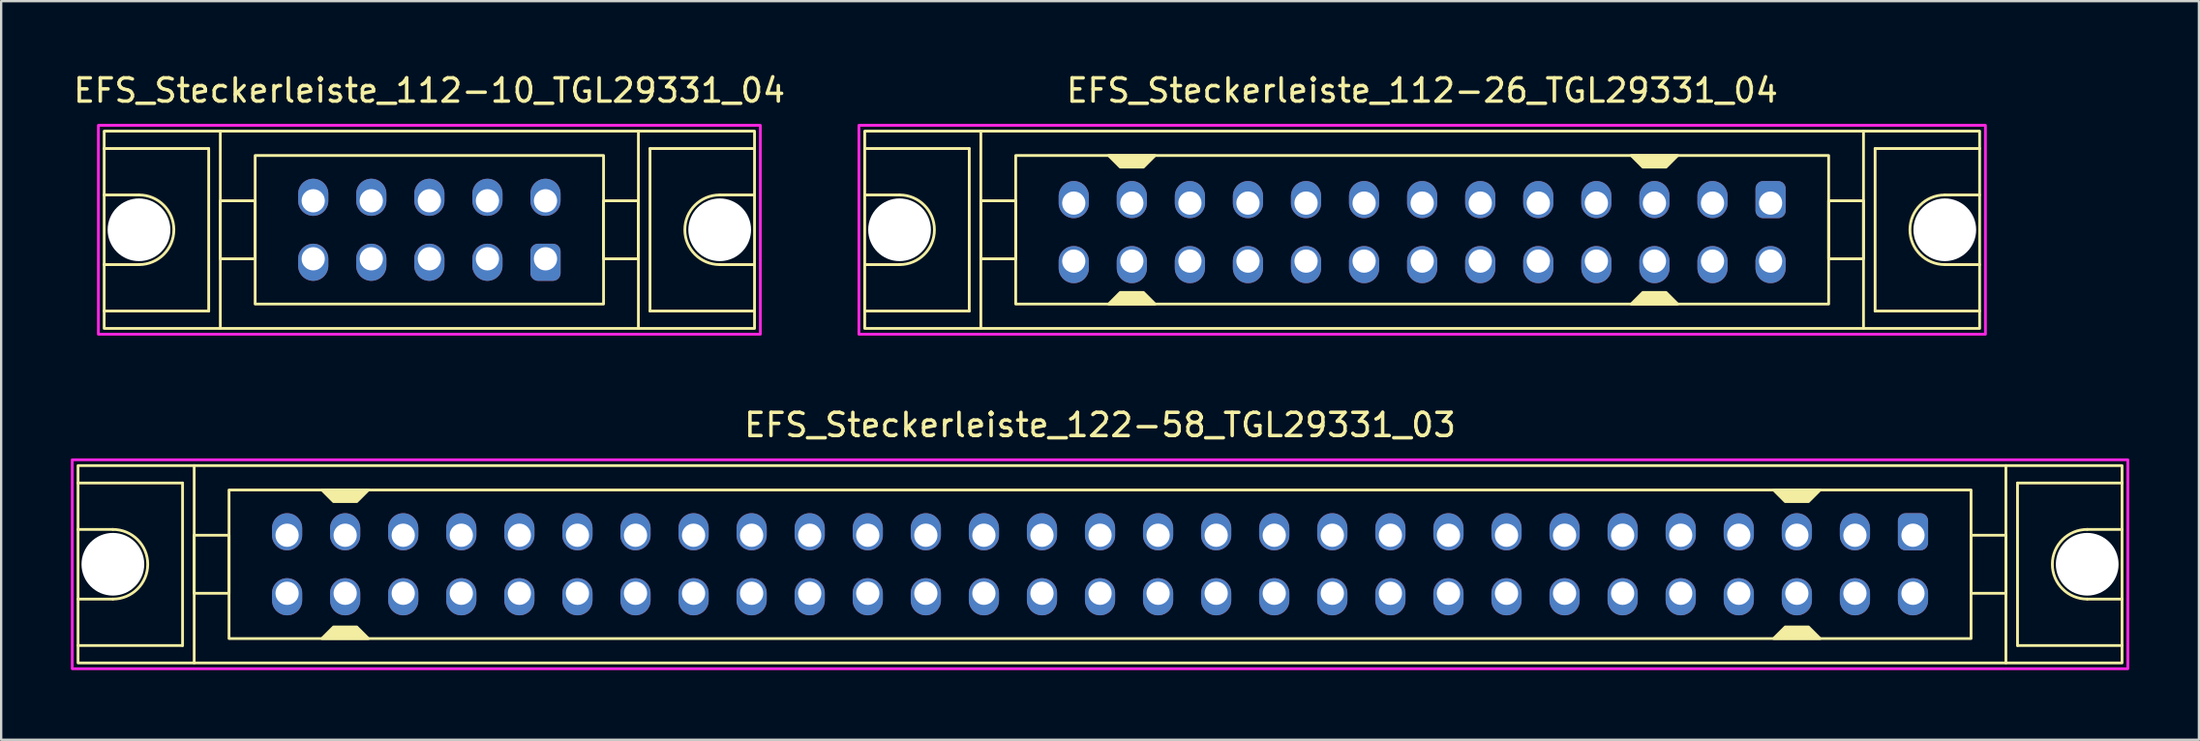
<source format=kicad_pcb>
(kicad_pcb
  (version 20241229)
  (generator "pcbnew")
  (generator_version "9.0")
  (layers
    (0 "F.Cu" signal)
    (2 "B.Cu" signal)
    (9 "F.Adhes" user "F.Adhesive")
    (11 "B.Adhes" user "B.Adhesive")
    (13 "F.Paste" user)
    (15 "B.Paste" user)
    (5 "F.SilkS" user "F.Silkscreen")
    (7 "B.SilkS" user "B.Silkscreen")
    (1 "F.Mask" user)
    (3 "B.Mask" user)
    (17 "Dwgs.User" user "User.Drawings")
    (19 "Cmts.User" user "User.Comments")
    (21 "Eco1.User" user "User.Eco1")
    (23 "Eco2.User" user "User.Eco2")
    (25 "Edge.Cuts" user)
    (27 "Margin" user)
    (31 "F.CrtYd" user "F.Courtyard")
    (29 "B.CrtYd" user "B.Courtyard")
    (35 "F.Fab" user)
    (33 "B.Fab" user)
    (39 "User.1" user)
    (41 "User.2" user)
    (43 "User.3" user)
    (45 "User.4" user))
  (footprint "EFS_Steckerleiste_112-10_TGL29331_04"
    (layer "F.Cu")
    (at 15.435 6.848)
    (property "Reference" "EFS_Steckerleiste_112-10_TGL29331_04" (at 0 -6 180) (layer "F.SilkS") (effects (font (size 1 1) (thickness 0.15))))
    (attr through_hole)
    (fp_line (start -14 -3.5) (end -9.5 -3.5) (stroke (width 0.12) (type solid)) (layer "F.SilkS"))
    (fp_line (start -12.5 -1.5) (end -14 -1.5) (stroke (width 0.12) (type solid)) (layer "F.SilkS"))
    (fp_line (start -12.5 1.5) (end -14 1.5) (stroke (width 0.12) (type solid)) (layer "F.SilkS"))
    (fp_line (start -9.5 -3.5) (end -9.5 3.5) (stroke (width 0.12) (type solid)) (layer "F.SilkS"))
    (fp_line (start -9.5 3.5) (end -14 3.5) (stroke (width 0.12) (type solid)) (layer "F.SilkS"))
    (fp_line (start -9 4.25) (end -9 -4.25) (stroke (width 0.12) (type solid)) (layer "F.SilkS"))
    (fp_line (start 9 4.25) (end 9 -4.25) (stroke (width 0.12) (type solid)) (layer "F.SilkS"))
    (fp_line (start 9.5 -3.5) (end 9.5 3.5) (stroke (width 0.12) (type solid)) (layer "F.SilkS"))
    (fp_line (start 9.5 3.5) (end 14 3.5) (stroke (width 0.12) (type solid)) (layer "F.SilkS"))
    (fp_line (start 12.5 -1.5) (end 14 -1.5) (stroke (width 0.12) (type solid)) (layer "F.SilkS"))
    (fp_line (start 12.5 1.5) (end 14 1.5) (stroke (width 0.12) (type solid)) (layer "F.SilkS"))
    (fp_line (start 14 -3.5) (end 9.5 -3.5) (stroke (width 0.12) (type solid)) (layer "F.SilkS"))
    (fp_rect (start -14 -4.25) (end 14 4.25) (stroke (width 0.12) (type solid)) (fill no) (layer "F.SilkS"))
    (fp_rect (start -7.5 -3.2) (end 7.5 3.2) (stroke (width 0.12) (type solid)) (fill no) (layer "F.SilkS"))
    (fp_rect (start -7.5 -1.25) (end -9 1.25) (stroke (width 0.12) (type solid)) (fill no) (layer "F.SilkS"))
    (fp_rect (start 9 -1.25) (end 7.5 1.25) (stroke (width 0.12) (type solid)) (fill no) (layer "F.SilkS"))
    (fp_arc (start -12.5 -1.5) (mid -11 0) (end -12.5 1.5) (stroke (width 0.12) (type solid)) (layer "F.SilkS"))
    (fp_arc (start 12.5 1.5) (mid 11 0) (end 12.5 -1.5) (stroke (width 0.12) (type solid)) (layer "F.SilkS"))
    (fp_rect (start -14.25 -4.5) (end 14.25 4.5) (stroke (width 0.12) (type solid)) (fill no) (layer "F.CrtYd"))
    (pad "" np_thru_hole circle (at -12.5 0) (size 2.7 2.7) (drill 2.7) (layers "*.Cu" "*.Mask"))
    (pad "" np_thru_hole circle (at 12.5 0) (size 2.7 2.7) (drill 2.7) (layers "*.Cu" "*.Mask"))
    (pad "1a" thru_hole roundrect (at 5 1.25 180) (size 1.3 1.6) (drill 1 (offset 0 -0.15)) (layers "*.Cu" "*.Mask") (roundrect_rratio 0.25))
    (pad "1b" thru_hole oval (at 5 -1.25 180) (size 1.3 1.6) (drill 1 (offset 0 0.15)) (layers "*.Cu" "*.Mask"))
    (pad "2a" thru_hole oval (at 2.5 1.25 180) (size 1.3 1.6) (drill 1 (offset 0 -0.15)) (layers "*.Cu" "*.Mask"))
    (pad "2b" thru_hole oval (at 2.5 -1.25 180) (size 1.3 1.6) (drill 1 (offset 0 0.15)) (layers "*.Cu" "*.Mask"))
    (pad "3a" thru_hole oval (at 0 1.25 180) (size 1.3 1.6) (drill 1 (offset 0 -0.15)) (layers "*.Cu" "*.Mask"))
    (pad "3b" thru_hole oval (at 0 -1.25 180) (size 1.3 1.6) (drill 1 (offset 0 0.15)) (layers "*.Cu" "*.Mask"))
    (pad "4a" thru_hole oval (at -2.5 1.25 180) (size 1.3 1.6) (drill 1 (offset 0 -0.15)) (layers "*.Cu" "*.Mask"))
    (pad "4b" thru_hole oval (at -2.5 -1.25 180) (size 1.3 1.6) (drill 1 (offset 0 0.15)) (layers "*.Cu" "*.Mask"))
    (pad "5a" thru_hole oval (at -5 1.25 180) (size 1.3 1.6) (drill 1 (offset 0 -0.15)) (layers "*.Cu" "*.Mask"))
    (pad "5b" thru_hole oval (at -5 -1.25 180) (size 1.3 1.6) (drill 1 (offset 0 0.15)) (layers "*.Cu" "*.Mask")))
  (footprint "EFS_Steckerleiste_122-58_TGL29331_03"
    (layer "F.Cu")
    (at 44.31 21.256)
    (property "Reference" "EFS_Steckerleiste_122-58_TGL29331_03" (at 0 -6 180) (layer "F.SilkS") (effects (font (size 1 1) (thickness 0.15))))
    (attr through_hole)
    (fp_line (start -44 -3.5) (end -39.5 -3.5) (stroke (width 0.12) (type solid)) (layer "F.SilkS"))
    (fp_line (start -42.5 -1.5) (end -44 -1.5) (stroke (width 0.12) (type solid)) (layer "F.SilkS"))
    (fp_line (start -42.5 1.5) (end -44 1.5) (stroke (width 0.12) (type solid)) (layer "F.SilkS"))
    (fp_line (start -39.5 -3.5) (end -39.5 3.5) (stroke (width 0.12) (type solid)) (layer "F.SilkS"))
    (fp_line (start -39.5 3.5) (end -44 3.5) (stroke (width 0.12) (type solid)) (layer "F.SilkS"))
    (fp_line (start -39 4.25) (end -39 -4.25) (stroke (width 0.12) (type solid)) (layer "F.SilkS"))
    (fp_line (start 39 4.25) (end 39 -4.25) (stroke (width 0.12) (type solid)) (layer "F.SilkS"))
    (fp_line (start 39.5 -3.5) (end 39.5 3.5) (stroke (width 0.12) (type solid)) (layer "F.SilkS"))
    (fp_line (start 39.5 3.5) (end 44 3.5) (stroke (width 0.12) (type solid)) (layer "F.SilkS"))
    (fp_line (start 42.5 -1.5) (end 44 -1.5) (stroke (width 0.12) (type solid)) (layer "F.SilkS"))
    (fp_line (start 42.5 1.5) (end 44 1.5) (stroke (width 0.12) (type solid)) (layer "F.SilkS"))
    (fp_line (start 44 -3.5) (end 39.5 -3.5) (stroke (width 0.12) (type solid)) (layer "F.SilkS"))
    (fp_rect (start -44 -4.25) (end 44 4.25) (stroke (width 0.12) (type solid)) (fill no) (layer "F.SilkS"))
    (fp_rect (start -37.5 -3.2) (end 37.5 3.2) (stroke (width 0.12) (type solid)) (fill no) (layer "F.SilkS"))
    (fp_rect (start -37.5 -1.25) (end -39 1.25) (stroke (width 0.12) (type solid)) (fill no) (layer "F.SilkS"))
    (fp_rect (start 39 -1.25) (end 37.5 1.25) (stroke (width 0.12) (type solid)) (fill no) (layer "F.SilkS"))
    (fp_arc (start -42.5 -1.5) (mid -41 0) (end -42.5 1.5) (stroke (width 0.12) (type solid)) (layer "F.SilkS"))
    (fp_arc (start 42.5 1.5) (mid 41 0) (end 42.5 -1.5) (stroke (width 0.12) (type solid)) (layer "F.SilkS"))
    (fp_poly (pts (xy -33 2.7) (xy -32 2.7) (xy -31.5 3.2) (xy -33.5 3.2)) (stroke (width 0.12) (type solid)) (fill yes) (layer "F.SilkS"))
    (fp_poly (pts (xy -32 -2.7) (xy -33 -2.7) (xy -33.5 -3.2) (xy -31.5 -3.2)) (stroke (width 0.12) (type solid)) (fill yes) (layer "F.SilkS"))
    (fp_poly (pts (xy 29.5 2.7) (xy 30.5 2.7) (xy 31 3.2) (xy 29 3.2)) (stroke (width 0.12) (type solid)) (fill yes) (layer "F.SilkS"))
    (fp_poly (pts (xy 30.5 -2.7) (xy 29.5 -2.7) (xy 29 -3.2) (xy 31 -3.2)) (stroke (width 0.12) (type solid)) (fill yes) (layer "F.SilkS"))
    (fp_rect (start -44.25 -4.5) (end 44.25 4.5) (stroke (width 0.12) (type solid)) (fill no) (layer "F.CrtYd"))
    (pad "" np_thru_hole circle (at -42.5 0) (size 2.7 2.7) (drill 2.7) (layers "*.Cu" "*.Mask"))
    (pad "" np_thru_hole circle (at 42.5 0) (size 2.7 2.7) (drill 2.7) (layers "*.Cu" "*.Mask"))
    (pad "1a" thru_hole roundrect (at 35 -1.25) (size 1.3 1.6) (drill 1 (offset 0 -0.15)) (layers "*.Cu" "*.Mask") (roundrect_rratio 0.25))
    (pad "1b" thru_hole oval (at 35 1.25) (size 1.3 1.6) (drill 1 (offset 0 0.15)) (layers "*.Cu" "*.Mask"))
    (pad "2a" thru_hole oval (at 32.5 -1.25) (size 1.3 1.6) (drill 1 (offset 0 -0.15)) (layers "*.Cu" "*.Mask"))
    (pad "2b" thru_hole oval (at 32.5 1.25) (size 1.3 1.6) (drill 1 (offset 0 0.15)) (layers "*.Cu" "*.Mask"))
    (pad "3a" thru_hole oval (at 30 -1.25) (size 1.3 1.6) (drill 1 (offset 0 -0.15)) (layers "*.Cu" "*.Mask"))
    (pad "3b" thru_hole oval (at 30 1.25) (size 1.3 1.6) (drill 1 (offset 0 0.15)) (layers "*.Cu" "*.Mask"))
    (pad "4a" thru_hole oval (at 27.5 -1.25) (size 1.3 1.6) (drill 1 (offset 0 -0.15)) (layers "*.Cu" "*.Mask"))
    (pad "4b" thru_hole oval (at 27.5 1.25) (size 1.3 1.6) (drill 1 (offset 0 0.15)) (layers "*.Cu" "*.Mask"))
    (pad "5a" thru_hole oval (at 25 -1.25) (size 1.3 1.6) (drill 1 (offset 0 -0.15)) (layers "*.Cu" "*.Mask"))
    (pad "5b" thru_hole oval (at 25 1.25) (size 1.3 1.6) (drill 1 (offset 0 0.15)) (layers "*.Cu" "*.Mask"))
    (pad "6a" thru_hole oval (at 22.5 -1.25) (size 1.3 1.6) (drill 1 (offset 0 -0.15)) (layers "*.Cu" "*.Mask"))
    (pad "6b" thru_hole oval (at 22.5 1.25) (size 1.3 1.6) (drill 1 (offset 0 0.15)) (layers "*.Cu" "*.Mask"))
    (pad "7a" thru_hole oval (at 20 -1.25) (size 1.3 1.6) (drill 1 (offset 0 -0.15)) (layers "*.Cu" "*.Mask"))
    (pad "7b" thru_hole oval (at 20 1.25) (size 1.3 1.6) (drill 1 (offset 0 0.15)) (layers "*.Cu" "*.Mask"))
    (pad "8a" thru_hole oval (at 17.5 -1.25) (size 1.3 1.6) (drill 1 (offset 0 -0.15)) (layers "*.Cu" "*.Mask"))
    (pad "8b" thru_hole oval (at 17.5 1.25) (size 1.3 1.6) (drill 1 (offset 0 0.15)) (layers "*.Cu" "*.Mask"))
    (pad "9a" thru_hole oval (at 15 -1.25) (size 1.3 1.6) (drill 1 (offset 0 -0.15)) (layers "*.Cu" "*.Mask"))
    (pad "9b" thru_hole oval (at 15 1.25) (size 1.3 1.6) (drill 1 (offset 0 0.15)) (layers "*.Cu" "*.Mask"))
    (pad "10a" thru_hole oval (at 12.5 -1.25) (size 1.3 1.6) (drill 1 (offset 0 -0.15)) (layers "*.Cu" "*.Mask"))
    (pad "10b" thru_hole oval (at 12.5 1.25) (size 1.3 1.6) (drill 1 (offset 0 0.15)) (layers "*.Cu" "*.Mask"))
    (pad "11a" thru_hole oval (at 10 -1.25) (size 1.3 1.6) (drill 1 (offset 0 -0.15)) (layers "*.Cu" "*.Mask"))
    (pad "11b" thru_hole oval (at 10 1.25) (size 1.3 1.6) (drill 1 (offset 0 0.15)) (layers "*.Cu" "*.Mask"))
    (pad "12a" thru_hole oval (at 7.5 -1.25) (size 1.3 1.6) (drill 1 (offset 0 -0.15)) (layers "*.Cu" "*.Mask"))
    (pad "12b" thru_hole oval (at 7.5 1.25) (size 1.3 1.6) (drill 1 (offset 0 0.15)) (layers "*.Cu" "*.Mask"))
    (pad "13a" thru_hole oval (at 5 -1.25) (size 1.3 1.6) (drill 1 (offset 0 -0.15)) (layers "*.Cu" "*.Mask"))
    (pad "13b" thru_hole oval (at 5 1.25) (size 1.3 1.6) (drill 1 (offset 0 0.15)) (layers "*.Cu" "*.Mask"))
    (pad "14a" thru_hole oval (at 2.5 -1.25) (size 1.3 1.6) (drill 1 (offset 0 -0.15)) (layers "*.Cu" "*.Mask"))
    (pad "14b" thru_hole oval (at 2.5 1.25) (size 1.3 1.6) (drill 1 (offset 0 0.15)) (layers "*.Cu" "*.Mask"))
    (pad "15a" thru_hole oval (at 0 -1.25) (size 1.3 1.6) (drill 1 (offset 0 -0.15)) (layers "*.Cu" "*.Mask"))
    (pad "15b" thru_hole oval (at 0 1.25) (size 1.3 1.6) (drill 1 (offset 0 0.15)) (layers "*.Cu" "*.Mask"))
    (pad "16a" thru_hole oval (at -2.5 -1.25) (size 1.3 1.6) (drill 1 (offset 0 -0.15)) (layers "*.Cu" "*.Mask"))
    (pad "16b" thru_hole oval (at -2.5 1.25) (size 1.3 1.6) (drill 1 (offset 0 0.15)) (layers "*.Cu" "*.Mask"))
    (pad "17a" thru_hole oval (at -5 -1.25) (size 1.3 1.6) (drill 1 (offset 0 -0.15)) (layers "*.Cu" "*.Mask"))
    (pad "17b" thru_hole oval (at -5 1.25) (size 1.3 1.6) (drill 1 (offset 0 0.15)) (layers "*.Cu" "*.Mask"))
    (pad "18a" thru_hole oval (at -7.5 -1.25) (size 1.3 1.6) (drill 1 (offset 0 -0.15)) (layers "*.Cu" "*.Mask"))
    (pad "18b" thru_hole oval (at -7.5 1.25) (size 1.3 1.6) (drill 1 (offset 0 0.15)) (layers "*.Cu" "*.Mask"))
    (pad "19a" thru_hole oval (at -10 -1.25) (size 1.3 1.6) (drill 1 (offset 0 -0.15)) (layers "*.Cu" "*.Mask"))
    (pad "19b" thru_hole oval (at -10 1.25) (size 1.3 1.6) (drill 1 (offset 0 0.15)) (layers "*.Cu" "*.Mask"))
    (pad "20a" thru_hole oval (at -12.5 -1.25) (size 1.3 1.6) (drill 1 (offset 0 -0.15)) (layers "*.Cu" "*.Mask"))
    (pad "20b" thru_hole oval (at -12.5 1.25) (size 1.3 1.6) (drill 1 (offset 0 0.15)) (layers "*.Cu" "*.Mask"))
    (pad "21a" thru_hole oval (at -15 -1.25) (size 1.3 1.6) (drill 1 (offset 0 -0.15)) (layers "*.Cu" "*.Mask"))
    (pad "21b" thru_hole oval (at -15 1.25) (size 1.3 1.6) (drill 1 (offset 0 0.15)) (layers "*.Cu" "*.Mask"))
    (pad "22a" thru_hole oval (at -17.5 -1.25) (size 1.3 1.6) (drill 1 (offset 0 -0.15)) (layers "*.Cu" "*.Mask"))
    (pad "22b" thru_hole oval (at -17.5 1.25) (size 1.3 1.6) (drill 1 (offset 0 0.15)) (layers "*.Cu" "*.Mask"))
    (pad "23a" thru_hole oval (at -20 -1.25) (size 1.3 1.6) (drill 1 (offset 0 -0.15)) (layers "*.Cu" "*.Mask"))
    (pad "23b" thru_hole oval (at -20 1.25) (size 1.3 1.6) (drill 1 (offset 0 0.15)) (layers "*.Cu" "*.Mask"))
    (pad "24a" thru_hole oval (at -22.5 -1.25) (size 1.3 1.6) (drill 1 (offset 0 -0.15)) (layers "*.Cu" "*.Mask"))
    (pad "24b" thru_hole oval (at -22.5 1.25) (size 1.3 1.6) (drill 1 (offset 0 0.15)) (layers "*.Cu" "*.Mask"))
    (pad "25a" thru_hole oval (at -25 -1.25) (size 1.3 1.6) (drill 1 (offset 0 -0.15)) (layers "*.Cu" "*.Mask"))
    (pad "25b" thru_hole oval (at -25 1.25) (size 1.3 1.6) (drill 1 (offset 0 0.15)) (layers "*.Cu" "*.Mask"))
    (pad "26a" thru_hole oval (at -27.5 -1.25) (size 1.3 1.6) (drill 1 (offset 0 -0.15)) (layers "*.Cu" "*.Mask"))
    (pad "26b" thru_hole oval (at -27.5 1.25) (size 1.3 1.6) (drill 1 (offset 0 0.15)) (layers "*.Cu" "*.Mask"))
    (pad "27a" thru_hole oval (at -30 -1.25) (size 1.3 1.6) (drill 1 (offset 0 -0.15)) (layers "*.Cu" "*.Mask"))
    (pad "27b" thru_hole oval (at -30 1.25) (size 1.3 1.6) (drill 1 (offset 0 0.15)) (layers "*.Cu" "*.Mask"))
    (pad "28a" thru_hole oval (at -32.5 -1.25) (size 1.3 1.6) (drill 1 (offset 0 -0.15)) (layers "*.Cu" "*.Mask"))
    (pad "28b" thru_hole oval (at -32.5 1.25) (size 1.3 1.6) (drill 1 (offset 0 0.15)) (layers "*.Cu" "*.Mask"))
    (pad "29a" thru_hole oval (at -35 -1.25) (size 1.3 1.6) (drill 1 (offset 0 -0.15)) (layers "*.Cu" "*.Mask"))
    (pad "29b" thru_hole oval (at -35 1.25) (size 1.3 1.6) (drill 1 (offset 0 0.15)) (layers "*.Cu" "*.Mask")))
  (footprint "EFS_Steckerleiste_112-26_TGL29331_04"
    (layer "F.Cu")
    (at 58.179 6.848)
    (property "Reference" "EFS_Steckerleiste_112-26_TGL29331_04" (at 0 -6 180) (layer "F.SilkS") (effects (font (size 1 1) (thickness 0.15))))
    (attr through_hole)
    (fp_line (start -24 -3.5) (end -19.5 -3.5) (stroke (width 0.12) (type solid)) (layer "F.SilkS"))
    (fp_line (start -22.5 -1.5) (end -24 -1.5) (stroke (width 0.12) (type solid)) (layer "F.SilkS"))
    (fp_line (start -22.5 1.5) (end -24 1.5) (stroke (width 0.12) (type solid)) (layer "F.SilkS"))
    (fp_line (start -19.5 -3.5) (end -19.5 3.5) (stroke (width 0.12) (type solid)) (layer "F.SilkS"))
    (fp_line (start -19.5 3.5) (end -24 3.5) (stroke (width 0.12) (type solid)) (layer "F.SilkS"))
    (fp_line (start -19 4.25) (end -19 -4.25) (stroke (width 0.12) (type solid)) (layer "F.SilkS"))
    (fp_line (start 19 4.25) (end 19 -4.25) (stroke (width 0.12) (type solid)) (layer "F.SilkS"))
    (fp_line (start 19.5 -3.5) (end 19.5 3.5) (stroke (width 0.12) (type solid)) (layer "F.SilkS"))
    (fp_line (start 19.5 3.5) (end 24 3.5) (stroke (width 0.12) (type solid)) (layer "F.SilkS"))
    (fp_line (start 22.5 -1.5) (end 24 -1.5) (stroke (width 0.12) (type solid)) (layer "F.SilkS"))
    (fp_line (start 22.5 1.5) (end 24 1.5) (stroke (width 0.12) (type solid)) (layer "F.SilkS"))
    (fp_line (start 24 -3.5) (end 19.5 -3.5) (stroke (width 0.12) (type solid)) (layer "F.SilkS"))
    (fp_rect (start -24 -4.25) (end 24 4.25) (stroke (width 0.12) (type solid)) (fill no) (layer "F.SilkS"))
    (fp_rect (start -17.5 -3.2) (end 17.5 3.2) (stroke (width 0.12) (type solid)) (fill no) (layer "F.SilkS"))
    (fp_rect (start -17.5 -1.25) (end -19 1.25) (stroke (width 0.12) (type solid)) (fill no) (layer "F.SilkS"))
    (fp_rect (start 19 -1.25) (end 17.5 1.25) (stroke (width 0.12) (type solid)) (fill no) (layer "F.SilkS"))
    (fp_arc (start -22.5 -1.5) (mid -21 0) (end -22.5 1.5) (stroke (width 0.12) (type solid)) (layer "F.SilkS"))
    (fp_arc (start 22.5 1.5) (mid 21 0) (end 22.5 -1.5) (stroke (width 0.12) (type solid)) (layer "F.SilkS"))
    (fp_poly (pts (xy -13 2.7) (xy -12 2.7) (xy -11.5 3.2) (xy -13.5 3.2)) (stroke (width 0.12) (type solid)) (fill yes) (layer "F.SilkS"))
    (fp_poly (pts (xy -12 -2.7) (xy -13 -2.7) (xy -13.5 -3.2) (xy -11.5 -3.2)) (stroke (width 0.12) (type solid)) (fill yes) (layer "F.SilkS"))
    (fp_poly (pts (xy 9.5 2.7) (xy 10.5 2.7) (xy 11 3.2) (xy 9 3.2)) (stroke (width 0.12) (type solid)) (fill yes) (layer "F.SilkS"))
    (fp_poly (pts (xy 10.5 -2.7) (xy 9.5 -2.7) (xy 9 -3.2) (xy 11 -3.2)) (stroke (width 0.12) (type solid)) (fill yes) (layer "F.SilkS"))
    (fp_rect (start -24.25 -4.5) (end 24.25 4.5) (stroke (width 0.12) (type solid)) (fill no) (layer "F.CrtYd"))
    (pad "" np_thru_hole circle (at -22.5 0) (size 2.7 2.7) (drill 2.7) (layers "*.Cu" "*.Mask"))
    (pad "" np_thru_hole circle (at 22.5 0) (size 2.7 2.7) (drill 2.7) (layers "*.Cu" "*.Mask"))
    (pad "1a" thru_hole roundrect (at 15 -1.15) (size 1.3 1.6) (drill 1 (offset 0 -0.15)) (layers "*.Cu" "*.Mask") (roundrect_rratio 0.25))
    (pad "1b" thru_hole oval (at 15 1.35) (size 1.3 1.6) (drill 1 (offset 0 0.15)) (layers "*.Cu" "*.Mask"))
    (pad "2a" thru_hole oval (at 12.5 -1.15) (size 1.3 1.6) (drill 1 (offset 0 -0.15)) (layers "*.Cu" "*.Mask"))
    (pad "2b" thru_hole oval (at 12.5 1.35) (size 1.3 1.6) (drill 1 (offset 0 0.15)) (layers "*.Cu" "*.Mask"))
    (pad "3a" thru_hole oval (at 10 -1.15) (size 1.3 1.6) (drill 1 (offset 0 -0.15)) (layers "*.Cu" "*.Mask"))
    (pad "3b" thru_hole oval (at 10 1.35) (size 1.3 1.6) (drill 1 (offset 0 0.15)) (layers "*.Cu" "*.Mask"))
    (pad "4a" thru_hole oval (at 7.5 -1.15) (size 1.3 1.6) (drill 1 (offset 0 -0.15)) (layers "*.Cu" "*.Mask"))
    (pad "4b" thru_hole oval (at 7.5 1.35) (size 1.3 1.6) (drill 1 (offset 0 0.15)) (layers "*.Cu" "*.Mask"))
    (pad "5a" thru_hole oval (at 5 -1.15) (size 1.3 1.6) (drill 1 (offset 0 -0.15)) (layers "*.Cu" "*.Mask"))
    (pad "5b" thru_hole oval (at 5 1.35) (size 1.3 1.6) (drill 1 (offset 0 0.15)) (layers "*.Cu" "*.Mask"))
    (pad "6a" thru_hole oval (at 2.5 -1.15) (size 1.3 1.6) (drill 1 (offset 0 -0.15)) (layers "*.Cu" "*.Mask"))
    (pad "6b" thru_hole oval (at 2.5 1.35) (size 1.3 1.6) (drill 1 (offset 0 0.15)) (layers "*.Cu" "*.Mask"))
    (pad "7a" thru_hole oval (at 0 -1.15) (size 1.3 1.6) (drill 1 (offset 0 -0.15)) (layers "*.Cu" "*.Mask"))
    (pad "7b" thru_hole oval (at 0 1.35) (size 1.3 1.6) (drill 1 (offset 0 0.15)) (layers "*.Cu" "*.Mask"))
    (pad "8a" thru_hole oval (at -2.5 -1.15) (size 1.3 1.6) (drill 1 (offset 0 -0.15)) (layers "*.Cu" "*.Mask"))
    (pad "8b" thru_hole oval (at -2.5 1.35) (size 1.3 1.6) (drill 1 (offset 0 0.15)) (layers "*.Cu" "*.Mask"))
    (pad "9a" thru_hole oval (at -5 -1.15) (size 1.3 1.6) (drill 1 (offset 0 -0.15)) (layers "*.Cu" "*.Mask"))
    (pad "9b" thru_hole oval (at -5 1.35) (size 1.3 1.6) (drill 1 (offset 0 0.15)) (layers "*.Cu" "*.Mask"))
    (pad "10a" thru_hole oval (at -7.5 -1.15) (size 1.3 1.6) (drill 1 (offset 0 -0.15)) (layers "*.Cu" "*.Mask"))
    (pad "10b" thru_hole oval (at -7.5 1.35) (size 1.3 1.6) (drill 1 (offset 0 0.15)) (layers "*.Cu" "*.Mask"))
    (pad "11a" thru_hole oval (at -10 -1.15) (size 1.3 1.6) (drill 1 (offset 0 -0.15)) (layers "*.Cu" "*.Mask"))
    (pad "11b" thru_hole oval (at -10 1.35) (size 1.3 1.6) (drill 1 (offset 0 0.15)) (layers "*.Cu" "*.Mask"))
    (pad "12a" thru_hole oval (at -12.5 -1.15) (size 1.3 1.6) (drill 1 (offset 0 -0.15)) (layers "*.Cu" "*.Mask"))
    (pad "12b" thru_hole oval (at -12.5 1.35) (size 1.3 1.6) (drill 1 (offset 0 0.15)) (layers "*.Cu" "*.Mask"))
    (pad "13a" thru_hole oval (at -15 -1.15) (size 1.3 1.6) (drill 1 (offset 0 -0.15)) (layers "*.Cu" "*.Mask"))
    (pad "13b" thru_hole oval (at -15 1.35) (size 1.3 1.6) (drill 1 (offset 0 0.15)) (layers "*.Cu" "*.Mask")))
  (gr_rect
    (start -3 -3)
    (end 91.62 28.817)
    (stroke (width 0.1) (type default))
    (fill no)
    (layer "Edge.Cuts")))
</source>
